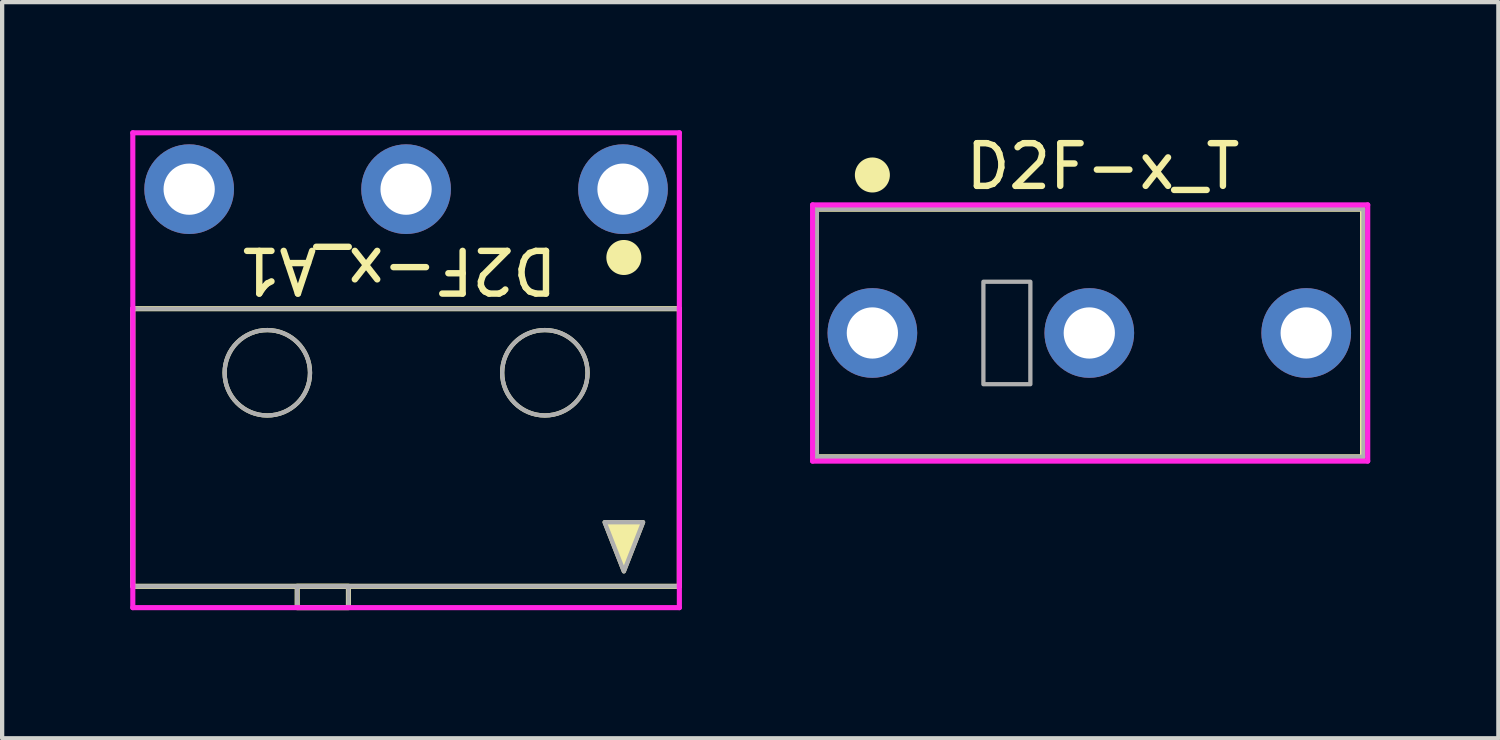
<source format=kicad_pcb>
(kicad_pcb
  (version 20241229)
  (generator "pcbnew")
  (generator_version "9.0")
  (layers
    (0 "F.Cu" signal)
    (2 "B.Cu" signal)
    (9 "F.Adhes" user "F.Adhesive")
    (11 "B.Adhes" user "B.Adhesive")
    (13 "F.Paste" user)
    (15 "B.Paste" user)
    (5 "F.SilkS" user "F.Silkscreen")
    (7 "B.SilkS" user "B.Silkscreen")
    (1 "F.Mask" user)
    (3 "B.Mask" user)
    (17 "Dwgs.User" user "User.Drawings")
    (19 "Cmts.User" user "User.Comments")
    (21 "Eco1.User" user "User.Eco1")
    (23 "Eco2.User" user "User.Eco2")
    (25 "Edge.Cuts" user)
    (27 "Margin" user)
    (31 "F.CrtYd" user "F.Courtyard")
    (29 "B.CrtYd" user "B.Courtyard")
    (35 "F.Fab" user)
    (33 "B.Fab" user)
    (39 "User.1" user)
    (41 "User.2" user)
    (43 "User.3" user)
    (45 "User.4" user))
  (footprint "D2F-x_T"
    (layer "F.Cu")
    (at 17.38 4.748)
    (property "Reference" "D2F-x_T" (at 5.4 -3.9 0) (unlocked yes) (layer "F.SilkS") (effects (font (size 1 1) (thickness 0.15))))
    (attr through_hole)
    (fp_line (start -1.32 -2.9) (end 11.48 -2.9) (stroke (width 0.12) (type solid)) (layer "F.SilkS"))
    (fp_line (start -1.32 2.9) (end -1.32 -2.9) (stroke (width 0.12) (type solid)) (layer "F.SilkS"))
    (fp_line (start -1.32 2.9) (end 11.48 2.9) (stroke (width 0.12) (type solid)) (layer "F.SilkS"))
    (fp_line (start 11.48 2.9) (end 11.48 -2.9) (stroke (width 0.12) (type solid)) (layer "F.SilkS"))
    (fp_circle (center 0 -3.7) (end 0.35 -3.7) (stroke (width 0.12) (type solid)) (fill yes) (layer "F.SilkS"))
    (fp_line (start -1.4 -3) (end 11.6 -3) (stroke (width 0.12) (type solid)) (layer "F.CrtYd"))
    (fp_line (start -1.4 3) (end -1.4 -3) (stroke (width 0.12) (type solid)) (layer "F.CrtYd"))
    (fp_line (start 11.6 -3) (end 11.6 3) (stroke (width 0.12) (type solid)) (layer "F.CrtYd"))
    (fp_line (start 11.6 3) (end -1.4 3) (stroke (width 0.12) (type solid)) (layer "F.CrtYd"))
    (fp_line (start -1.3 -2.9) (end -1.3 2.9) (stroke (width 0.1) (type solid)) (layer "F.Fab"))
    (fp_line (start -1.3 2.9) (end 11.5 2.9) (stroke (width 0.1) (type solid)) (layer "F.Fab"))
    (fp_line (start 11.5 -2.9) (end -1.3 -2.9) (stroke (width 0.1) (type solid)) (layer "F.Fab"))
    (fp_line (start 11.5 2.9) (end 11.5 -2.9) (stroke (width 0.1) (type solid)) (layer "F.Fab"))
    (fp_rect (start 2.6 -1.2) (end 3.7 1.2) (stroke (width 0.1) (type solid)) (fill no) (layer "F.Fab"))
    (pad "1" thru_hole circle (at 0 0) (size 2.1 2.1) (drill 1.2) (layers "*.Cu" "*.Mask"))
    (pad "2" thru_hole circle (at 5.08 0) (size 2.1 2.1) (drill 1.2) (layers "*.Cu" "*.Mask"))
    (pad "3" thru_hole circle (at 10.16 0) (size 2.1 2.1) (drill 1.2) (layers "*.Cu" "*.Mask")))
  (footprint "D2F-x_A1"
    (layer "F.Cu")
    (at 3.21 7.88)
    (property "Reference" "D2F-x_A1" (at 3.05 -4.6 180) (unlocked yes) (layer "F.SilkS") (effects (font (size 1 1) (thickness 0.15))))
    (attr through_hole)
    (fp_line (start -3.15 -3.7) (end 9.65 -3.7) (stroke (width 0.12) (type solid)) (layer "F.SilkS"))
    (fp_line (start -3.15 2.8) (end -3.15 -3.7) (stroke (width 0.12) (type solid)) (layer "F.SilkS"))
    (fp_line (start 9.65 -3.7) (end 9.65 2.8) (stroke (width 0.12) (type solid)) (layer "F.SilkS"))
    (fp_line (start 9.65 2.8) (end -3.15 2.8) (stroke (width 0.12) (type solid)) (layer "F.SilkS"))
    (fp_rect (start 0.7 2.8) (end 1.9 3.3) (stroke (width 0.12) (type solid)) (fill no) (layer "F.SilkS"))
    (fp_circle (center 0 -2.2) (end 1 -2.2) (stroke (width 0.1) (type solid)) (fill no) (layer "F.SilkS"))
    (fp_circle (center 6.5 -2.2) (end 7.5 -2.2) (stroke (width 0.1) (type solid)) (fill no) (layer "F.SilkS"))
    (fp_circle (center 8.35 -4.9) (end 8.7 -4.9) (stroke (width 0.12) (type solid)) (fill yes) (layer "F.SilkS"))
    (fp_poly (pts (xy 8.35 2.45) (xy 7.9 1.3) (xy 8.8 1.3)) (stroke (width 0.1) (type solid)) (fill yes) (layer "F.SilkS"))
    (fp_line (start -3.15 -7.82) (end 9.65 -7.82) (stroke (width 0.12) (type solid)) (layer "F.CrtYd"))
    (fp_line (start -3.15 -3.7) (end -3.15 -7.82) (stroke (width 0.12) (type solid)) (layer "F.CrtYd"))
    (fp_line (start -3.15 3.3) (end -3.15 -3.7) (stroke (width 0.12) (type solid)) (layer "F.CrtYd"))
    (fp_line (start 9.65 -7.82) (end 9.65 3.3) (stroke (width 0.12) (type solid)) (layer "F.CrtYd"))
    (fp_line (start 9.65 3.3) (end -3.15 3.3) (stroke (width 0.12) (type solid)) (layer "F.CrtYd"))
    (fp_line (start -3.15 2.8) (end -3.15 -3.7) (stroke (width 0.1) (type solid)) (layer "F.Fab"))
    (fp_line (start 9.65 -3.7) (end -3.15 -3.7) (stroke (width 0.1) (type solid)) (layer "F.Fab"))
    (fp_line (start 9.65 -3.7) (end 9.65 2.8) (stroke (width 0.1) (type solid)) (layer "F.Fab"))
    (fp_line (start 9.65 2.8) (end -3.15 2.8) (stroke (width 0.1) (type solid)) (layer "F.Fab"))
    (fp_rect (start 1.9 2.8) (end 0.7 3.3) (stroke (width 0.1) (type solid)) (fill no) (layer "F.Fab"))
    (fp_circle (center 0 -2.2) (end -1 -2.2) (stroke (width 0.1) (type solid)) (fill no) (layer "F.Fab"))
    (fp_circle (center 6.5 -2.2) (end 5.5 -2.2) (stroke (width 0.1) (type solid)) (fill no) (layer "F.Fab"))
    (fp_poly (pts (xy 8.35 2.45) (xy 7.9 1.3) (xy 8.8 1.3)) (stroke (width 0.1) (type solid)) (fill no) (layer "F.Fab"))
    (pad "1" thru_hole circle (at 8.33 -6.5) (size 2.1 2.1) (drill 1.2) (layers "*.Cu" "*.Mask"))
    (pad "2" thru_hole circle (at 3.25 -6.5) (size 2.1 2.1) (drill 1.2) (layers "*.Cu" "*.Mask"))
    (pad "3" thru_hole circle (at -1.83 -6.5) (size 2.1 2.1) (drill 1.2) (layers "*.Cu" "*.Mask")))
  (gr_rect
    (start -3 -3)
    (end 32.04 14.24)
    (stroke (width 0.1) (type default))
    (fill no)
    (layer "Edge.Cuts")))
</source>
